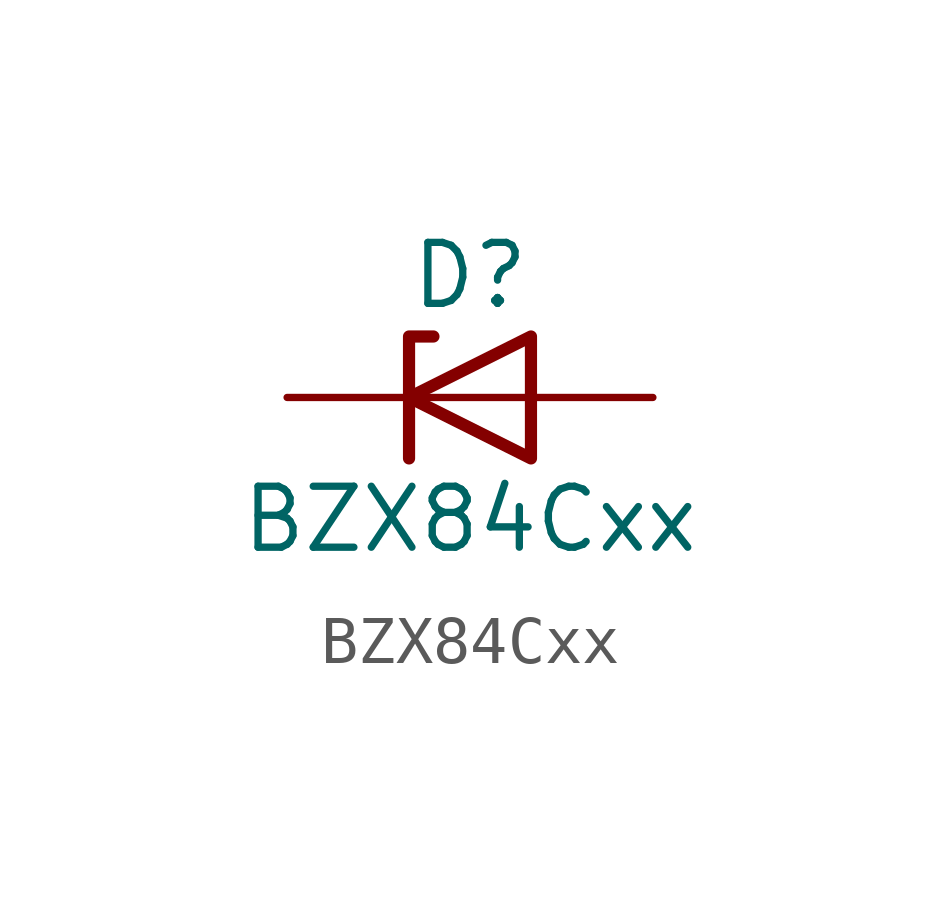
<source format=kicad_sym>
(kicad_symbol_lib
  (version 20231120)
  (generator "kicad_symbol_editor")
  (generator_version "8.0")
  (symbol "BZX84Cxx"
    (pin_numbers hide)
    (pin_names
      (offset 1.016) hide)
    (property "Reference" "D"
      (at 0 2.54 0)
      (effects (font (size 1.27 1.27))))
    (property "Value" "BZX84Cxx"
      (at 0 -2.54 0)
      (effects (font (size 1.27 1.27))))
    (symbol "BZX84Cxx_0_1"
      (polyline (pts (xy 1.27 0) (xy -1.27 0)) (stroke (width 0) (type solid)) (fill (type none)))
      (polyline (pts (xy -1.27 -1.27) (xy -1.27 1.27) (xy -0.762 1.27)) (stroke (width 0.254) (type solid)) (fill (type none)))
      (polyline (pts (xy 1.27 -1.27) (xy 1.27 1.27) (xy -1.27 0) (xy 1.27 -1.27)) (stroke (width 0.254) (type solid)) (fill (type none))))
    (symbol "BZX84Cxx_1_1"
      (pin passive line (at 3.81 0 180) (length 2.54) (name "A" (effects (font (size 1.27 1.27)))) (number "1" (effects (font (size 1.27 1.27)))))
      (pin passive line (at -3.81 0 0) (length 2.54) (name "K" (effects (font (size 1.27 1.27)))) (number "3" (effects (font (size 1.27 1.27))))))))
</source>
